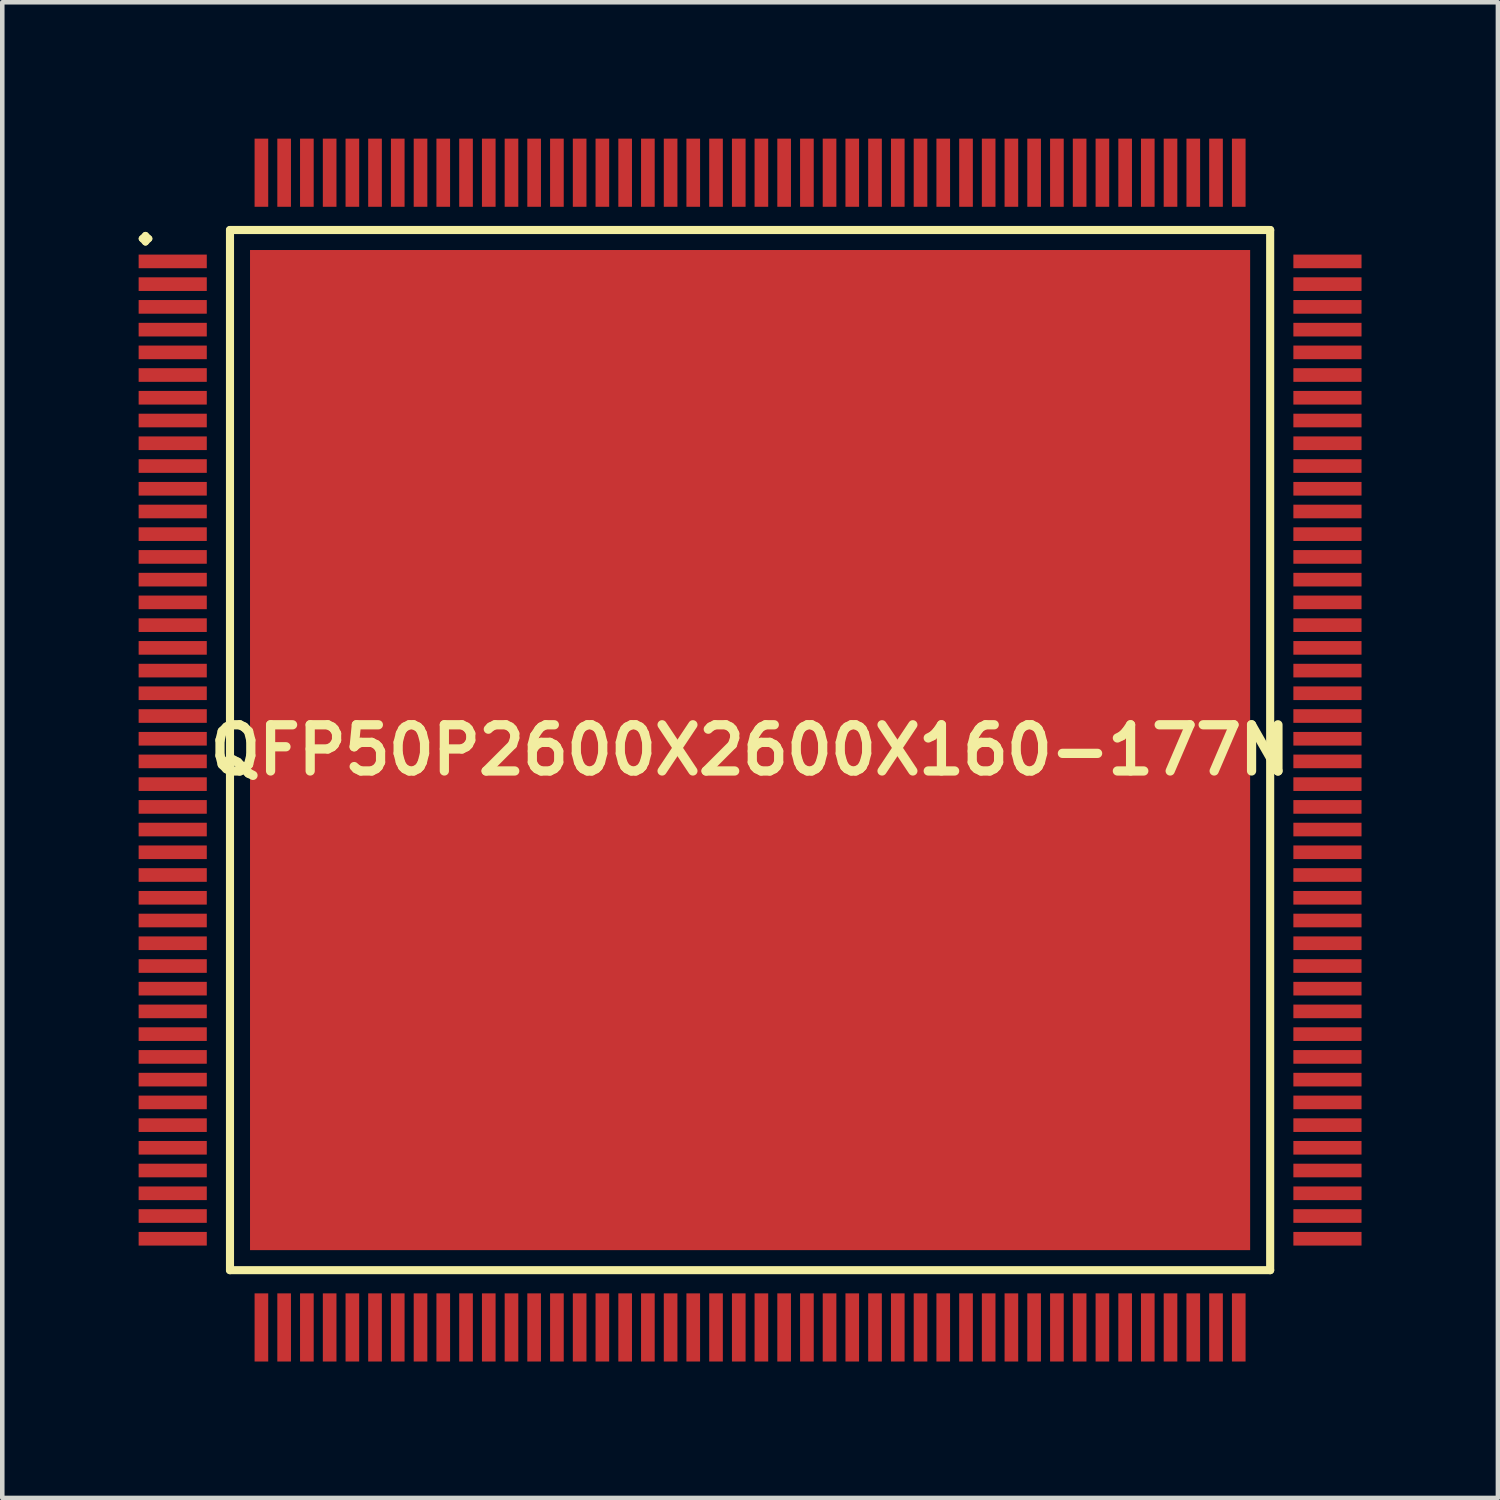
<source format=kicad_pcb>
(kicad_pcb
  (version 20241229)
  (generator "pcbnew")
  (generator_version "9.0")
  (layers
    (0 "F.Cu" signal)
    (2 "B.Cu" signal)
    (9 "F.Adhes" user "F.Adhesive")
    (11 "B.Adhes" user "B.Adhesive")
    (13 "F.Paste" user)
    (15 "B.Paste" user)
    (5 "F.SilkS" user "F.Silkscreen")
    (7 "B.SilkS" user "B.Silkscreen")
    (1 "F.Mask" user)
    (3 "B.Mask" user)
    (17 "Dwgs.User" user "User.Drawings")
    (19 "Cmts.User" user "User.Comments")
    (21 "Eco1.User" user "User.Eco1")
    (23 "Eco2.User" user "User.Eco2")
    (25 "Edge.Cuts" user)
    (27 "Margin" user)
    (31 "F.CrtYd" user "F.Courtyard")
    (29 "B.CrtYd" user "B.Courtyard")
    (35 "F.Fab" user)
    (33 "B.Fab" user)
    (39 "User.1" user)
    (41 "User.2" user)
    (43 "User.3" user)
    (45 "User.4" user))
  (footprint "QFP50P2600X2600X160-177N"
    (layer "F.Cu")
    (at 13.449 13.449)
    (property "Reference" "QFP50P2600X2600X160-177N" (at 0 0 0) (layer "F.SilkS") (effects (font (size 1.016 1.016) (thickness 0.203))))
    (attr smd)
    (fp_line (start -13.373 -11.25) (end -13.299 -11.323) (stroke (width 0.15) (type solid)) (layer "F.SilkS"))
    (fp_line (start -13.299 -11.323) (end -13.223 -11.25) (stroke (width 0.15) (type solid)) (layer "F.SilkS"))
    (fp_line (start -13.299 -11.173) (end -13.373 -11.25) (stroke (width 0.15) (type solid)) (layer "F.SilkS"))
    (fp_line (start -13.223 -11.25) (end -13.299 -11.173) (stroke (width 0.15) (type solid)) (layer "F.SilkS"))
    (fp_line (start -11.44 -11.44) (end -11.44 11.44) (stroke (width 0.178) (type solid)) (layer "F.SilkS"))
    (fp_line (start -11.44 11.44) (end 11.44 11.44) (stroke (width 0.178) (type solid)) (layer "F.SilkS"))
    (fp_line (start 11.44 -11.44) (end -11.44 -11.44) (stroke (width 0.178) (type solid)) (layer "F.SilkS"))
    (fp_line (start 11.44 11.44) (end 11.44 -11.44) (stroke (width 0.178) (type solid)) (layer "F.SilkS"))
    (pad "1" smd rect (at -12.7 -10.749) (size 1.499 0.3) (layers "F.Cu" "F.Mask" "F.Paste"))
    (pad "2" smd rect (at -12.7 -10.249) (size 1.499 0.3) (layers "F.Cu" "F.Mask" "F.Paste"))
    (pad "3" smd rect (at -12.7 -9.749) (size 1.499 0.3) (layers "F.Cu" "F.Mask" "F.Paste"))
    (pad "4" smd rect (at -12.7 -9.248) (size 1.499 0.3) (layers "F.Cu" "F.Mask" "F.Paste"))
    (pad "5" smd rect (at -12.7 -8.748) (size 1.499 0.3) (layers "F.Cu" "F.Mask" "F.Paste"))
    (pad "6" smd rect (at -12.7 -8.25) (size 1.499 0.3) (layers "F.Cu" "F.Mask" "F.Paste"))
    (pad "7" smd rect (at -12.7 -7.75) (size 1.499 0.3) (layers "F.Cu" "F.Mask" "F.Paste"))
    (pad "8" smd rect (at -12.7 -7.249) (size 1.499 0.3) (layers "F.Cu" "F.Mask" "F.Paste"))
    (pad "9" smd rect (at -12.7 -6.749) (size 1.499 0.3) (layers "F.Cu" "F.Mask" "F.Paste"))
    (pad "10" smd rect (at -12.7 -6.248) (size 1.499 0.3) (layers "F.Cu" "F.Mask" "F.Paste"))
    (pad "11" smd rect (at -12.7 -5.748) (size 1.499 0.3) (layers "F.Cu" "F.Mask" "F.Paste"))
    (pad "12" smd rect (at -12.7 -5.248) (size 1.499 0.3) (layers "F.Cu" "F.Mask" "F.Paste"))
    (pad "13" smd rect (at -12.7 -4.75) (size 1.499 0.3) (layers "F.Cu" "F.Mask" "F.Paste"))
    (pad "14" smd rect (at -12.7 -4.249) (size 1.499 0.3) (layers "F.Cu" "F.Mask" "F.Paste"))
    (pad "15" smd rect (at -12.7 -3.749) (size 1.499 0.3) (layers "F.Cu" "F.Mask" "F.Paste"))
    (pad "16" smd rect (at -12.7 -3.249) (size 1.499 0.3) (layers "F.Cu" "F.Mask" "F.Paste"))
    (pad "17" smd rect (at -12.7 -2.748) (size 1.499 0.3) (layers "F.Cu" "F.Mask" "F.Paste"))
    (pad "18" smd rect (at -12.7 -2.248) (size 1.499 0.3) (layers "F.Cu" "F.Mask" "F.Paste"))
    (pad "19" smd rect (at -12.7 -1.748) (size 1.499 0.3) (layers "F.Cu" "F.Mask" "F.Paste"))
    (pad "20" smd rect (at -12.7 -1.25) (size 1.499 0.3) (layers "F.Cu" "F.Mask" "F.Paste"))
    (pad "21" smd rect (at -12.7 -0.749) (size 1.499 0.3) (layers "F.Cu" "F.Mask" "F.Paste"))
    (pad "22" smd rect (at -12.7 -0.249) (size 1.499 0.3) (layers "F.Cu" "F.Mask" "F.Paste"))
    (pad "23" smd rect (at -12.7 0.249) (size 1.499 0.3) (layers "F.Cu" "F.Mask" "F.Paste"))
    (pad "24" smd rect (at -12.7 0.749) (size 1.499 0.3) (layers "F.Cu" "F.Mask" "F.Paste"))
    (pad "25" smd rect (at -12.7 1.25) (size 1.499 0.3) (layers "F.Cu" "F.Mask" "F.Paste"))
    (pad "26" smd rect (at -12.7 1.748) (size 1.499 0.3) (layers "F.Cu" "F.Mask" "F.Paste"))
    (pad "27" smd rect (at -12.7 2.248) (size 1.499 0.3) (layers "F.Cu" "F.Mask" "F.Paste"))
    (pad "28" smd rect (at -12.7 2.748) (size 1.499 0.3) (layers "F.Cu" "F.Mask" "F.Paste"))
    (pad "29" smd rect (at -12.7 3.249) (size 1.499 0.3) (layers "F.Cu" "F.Mask" "F.Paste"))
    (pad "30" smd rect (at -12.7 3.749) (size 1.499 0.3) (layers "F.Cu" "F.Mask" "F.Paste"))
    (pad "31" smd rect (at -12.7 4.249) (size 1.499 0.3) (layers "F.Cu" "F.Mask" "F.Paste"))
    (pad "32" smd rect (at -12.7 4.75) (size 1.499 0.3) (layers "F.Cu" "F.Mask" "F.Paste"))
    (pad "33" smd rect (at -12.7 5.248) (size 1.499 0.3) (layers "F.Cu" "F.Mask" "F.Paste"))
    (pad "34" smd rect (at -12.7 5.748) (size 1.499 0.3) (layers "F.Cu" "F.Mask" "F.Paste"))
    (pad "35" smd rect (at -12.7 6.248) (size 1.499 0.3) (layers "F.Cu" "F.Mask" "F.Paste"))
    (pad "36" smd rect (at -12.7 6.749) (size 1.499 0.3) (layers "F.Cu" "F.Mask" "F.Paste"))
    (pad "37" smd rect (at -12.7 7.249) (size 1.499 0.3) (layers "F.Cu" "F.Mask" "F.Paste"))
    (pad "38" smd rect (at -12.7 7.75) (size 1.499 0.3) (layers "F.Cu" "F.Mask" "F.Paste"))
    (pad "39" smd rect (at -12.7 8.25) (size 1.499 0.3) (layers "F.Cu" "F.Mask" "F.Paste"))
    (pad "40" smd rect (at -12.7 8.748) (size 1.499 0.3) (layers "F.Cu" "F.Mask" "F.Paste"))
    (pad "41" smd rect (at -12.7 9.248) (size 1.499 0.3) (layers "F.Cu" "F.Mask" "F.Paste"))
    (pad "42" smd rect (at -12.7 9.749) (size 1.499 0.3) (layers "F.Cu" "F.Mask" "F.Paste"))
    (pad "43" smd rect (at -12.7 10.249) (size 1.499 0.3) (layers "F.Cu" "F.Mask" "F.Paste"))
    (pad "44" smd rect (at -12.7 10.749) (size 1.499 0.3) (layers "F.Cu" "F.Mask" "F.Paste"))
    (pad "45" smd rect (at -10.749 12.7) (size 0.3 1.499) (layers "F.Cu" "F.Mask" "F.Paste"))
    (pad "46" smd rect (at -10.249 12.7) (size 0.3 1.499) (layers "F.Cu" "F.Mask" "F.Paste"))
    (pad "47" smd rect (at -9.749 12.7) (size 0.3 1.499) (layers "F.Cu" "F.Mask" "F.Paste"))
    (pad "48" smd rect (at -9.248 12.7) (size 0.3 1.499) (layers "F.Cu" "F.Mask" "F.Paste"))
    (pad "49" smd rect (at -8.748 12.7) (size 0.3 1.499) (layers "F.Cu" "F.Mask" "F.Paste"))
    (pad "50" smd rect (at -8.25 12.7) (size 0.3 1.499) (layers "F.Cu" "F.Mask" "F.Paste"))
    (pad "51" smd rect (at -7.75 12.7) (size 0.3 1.499) (layers "F.Cu" "F.Mask" "F.Paste"))
    (pad "52" smd rect (at -7.249 12.7) (size 0.3 1.499) (layers "F.Cu" "F.Mask" "F.Paste"))
    (pad "53" smd rect (at -6.749 12.7) (size 0.3 1.499) (layers "F.Cu" "F.Mask" "F.Paste"))
    (pad "54" smd rect (at -6.248 12.7) (size 0.3 1.499) (layers "F.Cu" "F.Mask" "F.Paste"))
    (pad "55" smd rect (at -5.748 12.7) (size 0.3 1.499) (layers "F.Cu" "F.Mask" "F.Paste"))
    (pad "56" smd rect (at -5.248 12.7) (size 0.3 1.499) (layers "F.Cu" "F.Mask" "F.Paste"))
    (pad "57" smd rect (at -4.75 12.7) (size 0.3 1.499) (layers "F.Cu" "F.Mask" "F.Paste"))
    (pad "58" smd rect (at -4.249 12.7) (size 0.3 1.499) (layers "F.Cu" "F.Mask" "F.Paste"))
    (pad "59" smd rect (at -3.749 12.7) (size 0.3 1.499) (layers "F.Cu" "F.Mask" "F.Paste"))
    (pad "60" smd rect (at -3.249 12.7) (size 0.3 1.499) (layers "F.Cu" "F.Mask" "F.Paste"))
    (pad "61" smd rect (at -2.748 12.7) (size 0.3 1.499) (layers "F.Cu" "F.Mask" "F.Paste"))
    (pad "62" smd rect (at -2.248 12.7) (size 0.3 1.499) (layers "F.Cu" "F.Mask" "F.Paste"))
    (pad "63" smd rect (at -1.748 12.7) (size 0.3 1.499) (layers "F.Cu" "F.Mask" "F.Paste"))
    (pad "64" smd rect (at -1.25 12.7) (size 0.3 1.499) (layers "F.Cu" "F.Mask" "F.Paste"))
    (pad "65" smd rect (at -0.749 12.7) (size 0.3 1.499) (layers "F.Cu" "F.Mask" "F.Paste"))
    (pad "66" smd rect (at -0.249 12.7) (size 0.3 1.499) (layers "F.Cu" "F.Mask" "F.Paste"))
    (pad "67" smd rect (at 0.249 12.7) (size 0.3 1.499) (layers "F.Cu" "F.Mask" "F.Paste"))
    (pad "68" smd rect (at 0.749 12.7) (size 0.3 1.499) (layers "F.Cu" "F.Mask" "F.Paste"))
    (pad "69" smd rect (at 1.25 12.7) (size 0.3 1.499) (layers "F.Cu" "F.Mask" "F.Paste"))
    (pad "70" smd rect (at 1.748 12.7) (size 0.3 1.499) (layers "F.Cu" "F.Mask" "F.Paste"))
    (pad "71" smd rect (at 2.248 12.7) (size 0.3 1.499) (layers "F.Cu" "F.Mask" "F.Paste"))
    (pad "72" smd rect (at 2.748 12.7) (size 0.3 1.499) (layers "F.Cu" "F.Mask" "F.Paste"))
    (pad "73" smd rect (at 3.249 12.7) (size 0.3 1.499) (layers "F.Cu" "F.Mask" "F.Paste"))
    (pad "74" smd rect (at 3.749 12.7) (size 0.3 1.499) (layers "F.Cu" "F.Mask" "F.Paste"))
    (pad "75" smd rect (at 4.249 12.7) (size 0.3 1.499) (layers "F.Cu" "F.Mask" "F.Paste"))
    (pad "76" smd rect (at 4.75 12.7) (size 0.3 1.499) (layers "F.Cu" "F.Mask" "F.Paste"))
    (pad "77" smd rect (at 5.248 12.7) (size 0.3 1.499) (layers "F.Cu" "F.Mask" "F.Paste"))
    (pad "78" smd rect (at 5.748 12.7) (size 0.3 1.499) (layers "F.Cu" "F.Mask" "F.Paste"))
    (pad "79" smd rect (at 6.248 12.7) (size 0.3 1.499) (layers "F.Cu" "F.Mask" "F.Paste"))
    (pad "80" smd rect (at 6.749 12.7) (size 0.3 1.499) (layers "F.Cu" "F.Mask" "F.Paste"))
    (pad "81" smd rect (at 7.249 12.7) (size 0.3 1.499) (layers "F.Cu" "F.Mask" "F.Paste"))
    (pad "82" smd rect (at 7.75 12.7) (size 0.3 1.499) (layers "F.Cu" "F.Mask" "F.Paste"))
    (pad "83" smd rect (at 8.25 12.7) (size 0.3 1.499) (layers "F.Cu" "F.Mask" "F.Paste"))
    (pad "84" smd rect (at 8.748 12.7) (size 0.3 1.499) (layers "F.Cu" "F.Mask" "F.Paste"))
    (pad "85" smd rect (at 9.248 12.7) (size 0.3 1.499) (layers "F.Cu" "F.Mask" "F.Paste"))
    (pad "86" smd rect (at 9.749 12.7) (size 0.3 1.499) (layers "F.Cu" "F.Mask" "F.Paste"))
    (pad "87" smd rect (at 10.249 12.7) (size 0.3 1.499) (layers "F.Cu" "F.Mask" "F.Paste"))
    (pad "88" smd rect (at 10.749 12.7) (size 0.3 1.499) (layers "F.Cu" "F.Mask" "F.Paste"))
    (pad "89" smd rect (at 12.7 10.749) (size 1.499 0.3) (layers "F.Cu" "F.Mask" "F.Paste"))
    (pad "90" smd rect (at 12.7 10.249) (size 1.499 0.3) (layers "F.Cu" "F.Mask" "F.Paste"))
    (pad "91" smd rect (at 12.7 9.749) (size 1.499 0.3) (layers "F.Cu" "F.Mask" "F.Paste"))
    (pad "92" smd rect (at 12.7 9.248) (size 1.499 0.3) (layers "F.Cu" "F.Mask" "F.Paste"))
    (pad "93" smd rect (at 12.7 8.748) (size 1.499 0.3) (layers "F.Cu" "F.Mask" "F.Paste"))
    (pad "94" smd rect (at 12.7 8.25) (size 1.499 0.3) (layers "F.Cu" "F.Mask" "F.Paste"))
    (pad "95" smd rect (at 12.7 7.75) (size 1.499 0.3) (layers "F.Cu" "F.Mask" "F.Paste"))
    (pad "96" smd rect (at 12.7 7.249) (size 1.499 0.3) (layers "F.Cu" "F.Mask" "F.Paste"))
    (pad "97" smd rect (at 12.7 6.749) (size 1.499 0.3) (layers "F.Cu" "F.Mask" "F.Paste"))
    (pad "98" smd rect (at 12.7 6.248) (size 1.499 0.3) (layers "F.Cu" "F.Mask" "F.Paste"))
    (pad "99" smd rect (at 12.7 5.748) (size 1.499 0.3) (layers "F.Cu" "F.Mask" "F.Paste"))
    (pad "100" smd rect (at 12.7 5.248) (size 1.499 0.3) (layers "F.Cu" "F.Mask" "F.Paste"))
    (pad "101" smd rect (at 12.7 4.75) (size 1.499 0.3) (layers "F.Cu" "F.Mask" "F.Paste"))
    (pad "102" smd rect (at 12.7 4.249) (size 1.499 0.3) (layers "F.Cu" "F.Mask" "F.Paste"))
    (pad "103" smd rect (at 12.7 3.749) (size 1.499 0.3) (layers "F.Cu" "F.Mask" "F.Paste"))
    (pad "104" smd rect (at 12.7 3.249) (size 1.499 0.3) (layers "F.Cu" "F.Mask" "F.Paste"))
    (pad "105" smd rect (at 12.7 2.748) (size 1.499 0.3) (layers "F.Cu" "F.Mask" "F.Paste"))
    (pad "106" smd rect (at 12.7 2.248) (size 1.499 0.3) (layers "F.Cu" "F.Mask" "F.Paste"))
    (pad "107" smd rect (at 12.7 1.748) (size 1.499 0.3) (layers "F.Cu" "F.Mask" "F.Paste"))
    (pad "108" smd rect (at 12.7 1.25) (size 1.499 0.3) (layers "F.Cu" "F.Mask" "F.Paste"))
    (pad "109" smd rect (at 12.7 0.749) (size 1.499 0.3) (layers "F.Cu" "F.Mask" "F.Paste"))
    (pad "110" smd rect (at 12.7 0.249) (size 1.499 0.3) (layers "F.Cu" "F.Mask" "F.Paste"))
    (pad "111" smd rect (at 12.7 -0.249) (size 1.499 0.3) (layers "F.Cu" "F.Mask" "F.Paste"))
    (pad "112" smd rect (at 12.7 -0.749) (size 1.499 0.3) (layers "F.Cu" "F.Mask" "F.Paste"))
    (pad "113" smd rect (at 12.7 -1.25) (size 1.499 0.3) (layers "F.Cu" "F.Mask" "F.Paste"))
    (pad "114" smd rect (at 12.7 -1.748) (size 1.499 0.3) (layers "F.Cu" "F.Mask" "F.Paste"))
    (pad "115" smd rect (at 12.7 -2.248) (size 1.499 0.3) (layers "F.Cu" "F.Mask" "F.Paste"))
    (pad "116" smd rect (at 12.7 -2.748) (size 1.499 0.3) (layers "F.Cu" "F.Mask" "F.Paste"))
    (pad "117" smd rect (at 12.7 -3.249) (size 1.499 0.3) (layers "F.Cu" "F.Mask" "F.Paste"))
    (pad "118" smd rect (at 12.7 -3.749) (size 1.499 0.3) (layers "F.Cu" "F.Mask" "F.Paste"))
    (pad "119" smd rect (at 12.7 -4.249) (size 1.499 0.3) (layers "F.Cu" "F.Mask" "F.Paste"))
    (pad "120" smd rect (at 12.7 -4.75) (size 1.499 0.3) (layers "F.Cu" "F.Mask" "F.Paste"))
    (pad "121" smd rect (at 12.7 -5.248) (size 1.499 0.3) (layers "F.Cu" "F.Mask" "F.Paste"))
    (pad "122" smd rect (at 12.7 -5.748) (size 1.499 0.3) (layers "F.Cu" "F.Mask" "F.Paste"))
    (pad "123" smd rect (at 12.7 -6.248) (size 1.499 0.3) (layers "F.Cu" "F.Mask" "F.Paste"))
    (pad "124" smd rect (at 12.7 -6.749) (size 1.499 0.3) (layers "F.Cu" "F.Mask" "F.Paste"))
    (pad "125" smd rect (at 12.7 -7.249) (size 1.499 0.3) (layers "F.Cu" "F.Mask" "F.Paste"))
    (pad "126" smd rect (at 12.7 -7.75) (size 1.499 0.3) (layers "F.Cu" "F.Mask" "F.Paste"))
    (pad "127" smd rect (at 12.7 -8.25) (size 1.499 0.3) (layers "F.Cu" "F.Mask" "F.Paste"))
    (pad "128" smd rect (at 12.7 -8.748) (size 1.499 0.3) (layers "F.Cu" "F.Mask" "F.Paste"))
    (pad "129" smd rect (at 12.7 -9.248) (size 1.499 0.3) (layers "F.Cu" "F.Mask" "F.Paste"))
    (pad "130" smd rect (at 12.7 -9.749) (size 1.499 0.3) (layers "F.Cu" "F.Mask" "F.Paste"))
    (pad "131" smd rect (at 12.7 -10.249) (size 1.499 0.3) (layers "F.Cu" "F.Mask" "F.Paste"))
    (pad "132" smd rect (at 12.7 -10.749) (size 1.499 0.3) (layers "F.Cu" "F.Mask" "F.Paste"))
    (pad "133" smd rect (at 10.749 -12.7) (size 0.3 1.499) (layers "F.Cu" "F.Mask" "F.Paste"))
    (pad "134" smd rect (at 10.249 -12.7) (size 0.3 1.499) (layers "F.Cu" "F.Mask" "F.Paste"))
    (pad "135" smd rect (at 9.749 -12.7) (size 0.3 1.499) (layers "F.Cu" "F.Mask" "F.Paste"))
    (pad "136" smd rect (at 9.248 -12.7) (size 0.3 1.499) (layers "F.Cu" "F.Mask" "F.Paste"))
    (pad "137" smd rect (at 8.748 -12.7) (size 0.3 1.499) (layers "F.Cu" "F.Mask" "F.Paste"))
    (pad "138" smd rect (at 8.25 -12.7) (size 0.3 1.499) (layers "F.Cu" "F.Mask" "F.Paste"))
    (pad "139" smd rect (at 7.75 -12.7) (size 0.3 1.499) (layers "F.Cu" "F.Mask" "F.Paste"))
    (pad "140" smd rect (at 7.249 -12.7) (size 0.3 1.499) (layers "F.Cu" "F.Mask" "F.Paste"))
    (pad "141" smd rect (at 6.749 -12.7) (size 0.3 1.499) (layers "F.Cu" "F.Mask" "F.Paste"))
    (pad "142" smd rect (at 6.248 -12.7) (size 0.3 1.499) (layers "F.Cu" "F.Mask" "F.Paste"))
    (pad "143" smd rect (at 5.748 -12.7) (size 0.3 1.499) (layers "F.Cu" "F.Mask" "F.Paste"))
    (pad "144" smd rect (at 5.248 -12.7) (size 0.3 1.499) (layers "F.Cu" "F.Mask" "F.Paste"))
    (pad "145" smd rect (at 4.75 -12.7) (size 0.3 1.499) (layers "F.Cu" "F.Mask" "F.Paste"))
    (pad "146" smd rect (at 4.249 -12.7) (size 0.3 1.499) (layers "F.Cu" "F.Mask" "F.Paste"))
    (pad "147" smd rect (at 3.749 -12.7) (size 0.3 1.499) (layers "F.Cu" "F.Mask" "F.Paste"))
    (pad "148" smd rect (at 3.249 -12.7) (size 0.3 1.499) (layers "F.Cu" "F.Mask" "F.Paste"))
    (pad "149" smd rect (at 2.748 -12.7) (size 0.3 1.499) (layers "F.Cu" "F.Mask" "F.Paste"))
    (pad "150" smd rect (at 2.248 -12.7) (size 0.3 1.499) (layers "F.Cu" "F.Mask" "F.Paste"))
    (pad "151" smd rect (at 1.748 -12.7) (size 0.3 1.499) (layers "F.Cu" "F.Mask" "F.Paste"))
    (pad "152" smd rect (at 1.25 -12.7) (size 0.3 1.499) (layers "F.Cu" "F.Mask" "F.Paste"))
    (pad "153" smd rect (at 0.749 -12.7) (size 0.3 1.499) (layers "F.Cu" "F.Mask" "F.Paste"))
    (pad "154" smd rect (at 0.249 -12.7) (size 0.3 1.499) (layers "F.Cu" "F.Mask" "F.Paste"))
    (pad "155" smd rect (at -0.249 -12.7) (size 0.3 1.499) (layers "F.Cu" "F.Mask" "F.Paste"))
    (pad "156" smd rect (at -0.749 -12.7) (size 0.3 1.499) (layers "F.Cu" "F.Mask" "F.Paste"))
    (pad "157" smd rect (at -1.25 -12.7) (size 0.3 1.499) (layers "F.Cu" "F.Mask" "F.Paste"))
    (pad "158" smd rect (at -1.748 -12.7) (size 0.3 1.499) (layers "F.Cu" "F.Mask" "F.Paste"))
    (pad "159" smd rect (at -2.248 -12.7) (size 0.3 1.499) (layers "F.Cu" "F.Mask" "F.Paste"))
    (pad "160" smd rect (at -2.748 -12.7) (size 0.3 1.499) (layers "F.Cu" "F.Mask" "F.Paste"))
    (pad "161" smd rect (at -3.249 -12.7) (size 0.3 1.499) (layers "F.Cu" "F.Mask" "F.Paste"))
    (pad "162" smd rect (at -3.749 -12.7) (size 0.3 1.499) (layers "F.Cu" "F.Mask" "F.Paste"))
    (pad "163" smd rect (at -4.249 -12.7) (size 0.3 1.499) (layers "F.Cu" "F.Mask" "F.Paste"))
    (pad "164" smd rect (at -4.75 -12.7) (size 0.3 1.499) (layers "F.Cu" "F.Mask" "F.Paste"))
    (pad "165" smd rect (at -5.248 -12.7) (size 0.3 1.499) (layers "F.Cu" "F.Mask" "F.Paste"))
    (pad "166" smd rect (at -5.748 -12.7) (size 0.3 1.499) (layers "F.Cu" "F.Mask" "F.Paste"))
    (pad "167" smd rect (at -6.248 -12.7) (size 0.3 1.499) (layers "F.Cu" "F.Mask" "F.Paste"))
    (pad "168" smd rect (at -6.749 -12.7) (size 0.3 1.499) (layers "F.Cu" "F.Mask" "F.Paste"))
    (pad "169" smd rect (at -7.249 -12.7) (size 0.3 1.499) (layers "F.Cu" "F.Mask" "F.Paste"))
    (pad "170" smd rect (at -7.75 -12.7) (size 0.3 1.499) (layers "F.Cu" "F.Mask" "F.Paste"))
    (pad "171" smd rect (at -8.25 -12.7) (size 0.3 1.499) (layers "F.Cu" "F.Mask" "F.Paste"))
    (pad "172" smd rect (at -8.748 -12.7) (size 0.3 1.499) (layers "F.Cu" "F.Mask" "F.Paste"))
    (pad "173" smd rect (at -9.248 -12.7) (size 0.3 1.499) (layers "F.Cu" "F.Mask" "F.Paste"))
    (pad "174" smd rect (at -9.749 -12.7) (size 0.3 1.499) (layers "F.Cu" "F.Mask" "F.Paste"))
    (pad "175" smd rect (at -10.249 -12.7) (size 0.3 1.499) (layers "F.Cu" "F.Mask" "F.Paste"))
    (pad "176" smd rect (at -10.749 -12.7) (size 0.3 1.499) (layers "F.Cu" "F.Mask" "F.Paste"))
    (pad "177" smd rect (at 0 0) (size 21.999 21.999) (layers "F.Cu" "F.Mask" "F.Paste")))
  (gr_rect
    (start -3 -3)
    (end 29.899 29.899)
    (stroke (width 0.1) (type default))
    (fill no)
    (layer "Edge.Cuts")))
</source>
